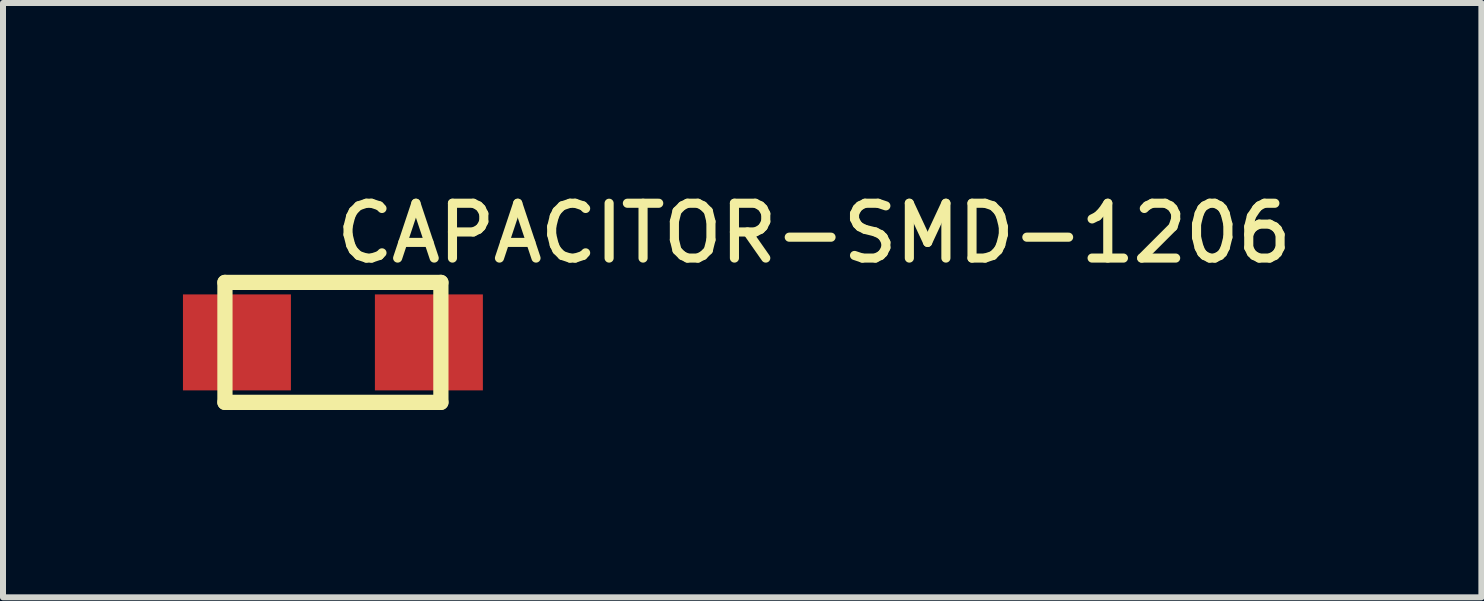
<source format=kicad_pcb>
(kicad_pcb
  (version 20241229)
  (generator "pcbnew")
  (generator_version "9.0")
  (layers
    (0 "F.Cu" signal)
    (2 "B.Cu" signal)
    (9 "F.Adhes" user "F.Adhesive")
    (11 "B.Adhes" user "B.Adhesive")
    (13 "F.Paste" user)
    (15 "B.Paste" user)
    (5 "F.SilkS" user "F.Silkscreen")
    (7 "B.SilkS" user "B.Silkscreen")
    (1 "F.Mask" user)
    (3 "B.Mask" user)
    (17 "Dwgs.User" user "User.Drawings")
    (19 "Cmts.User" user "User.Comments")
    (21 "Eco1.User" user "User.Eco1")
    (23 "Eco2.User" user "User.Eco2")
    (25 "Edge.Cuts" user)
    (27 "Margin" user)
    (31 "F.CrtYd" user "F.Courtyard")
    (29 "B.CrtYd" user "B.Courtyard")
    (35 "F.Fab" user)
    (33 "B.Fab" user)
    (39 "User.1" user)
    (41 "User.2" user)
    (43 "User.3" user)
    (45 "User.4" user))
  (footprint "CAPACITOR-SMD-1206"
    (layer "F.Cu")
    (at 0.7 3.658)
    (property "Reference" "CAPACITOR-SMD-1206" (at 1.778 -2.286 0) (unlocked yes) (layer "F.SilkS") (effects (font (size 0.914 0.914) (thickness 0.152)) (justify left bottom)))
    (fp_line (start 0 -2) (end 3.6 -2) (stroke (width 0.254) (type default)) (layer "F.SilkS"))
    (fp_line (start 0 0) (end 0 -2) (stroke (width 0.254) (type default)) (layer "F.SilkS"))
    (fp_line (start 3.6 -2) (end 3.6 0) (stroke (width 0.254) (type default)) (layer "F.SilkS"))
    (fp_line (start 3.6 0) (end 0 0) (stroke (width 0.254) (type default)) (layer "F.SilkS"))
    (pad "1" smd rect (at 3.4 -1) (size 1.8 1.6) (layers "F.Cu" "F.Mask" "F.Paste"))
    (pad "2" smd rect (at 0.2 -1) (size 1.8 1.6) (layers "F.Cu" "F.Mask" "F.Paste")))
  (gr_rect
    (start -3 -3)
    (end 21.646 6.908)
    (stroke (width 0.1) (type default))
    (fill no)
    (layer "Edge.Cuts")))
</source>
